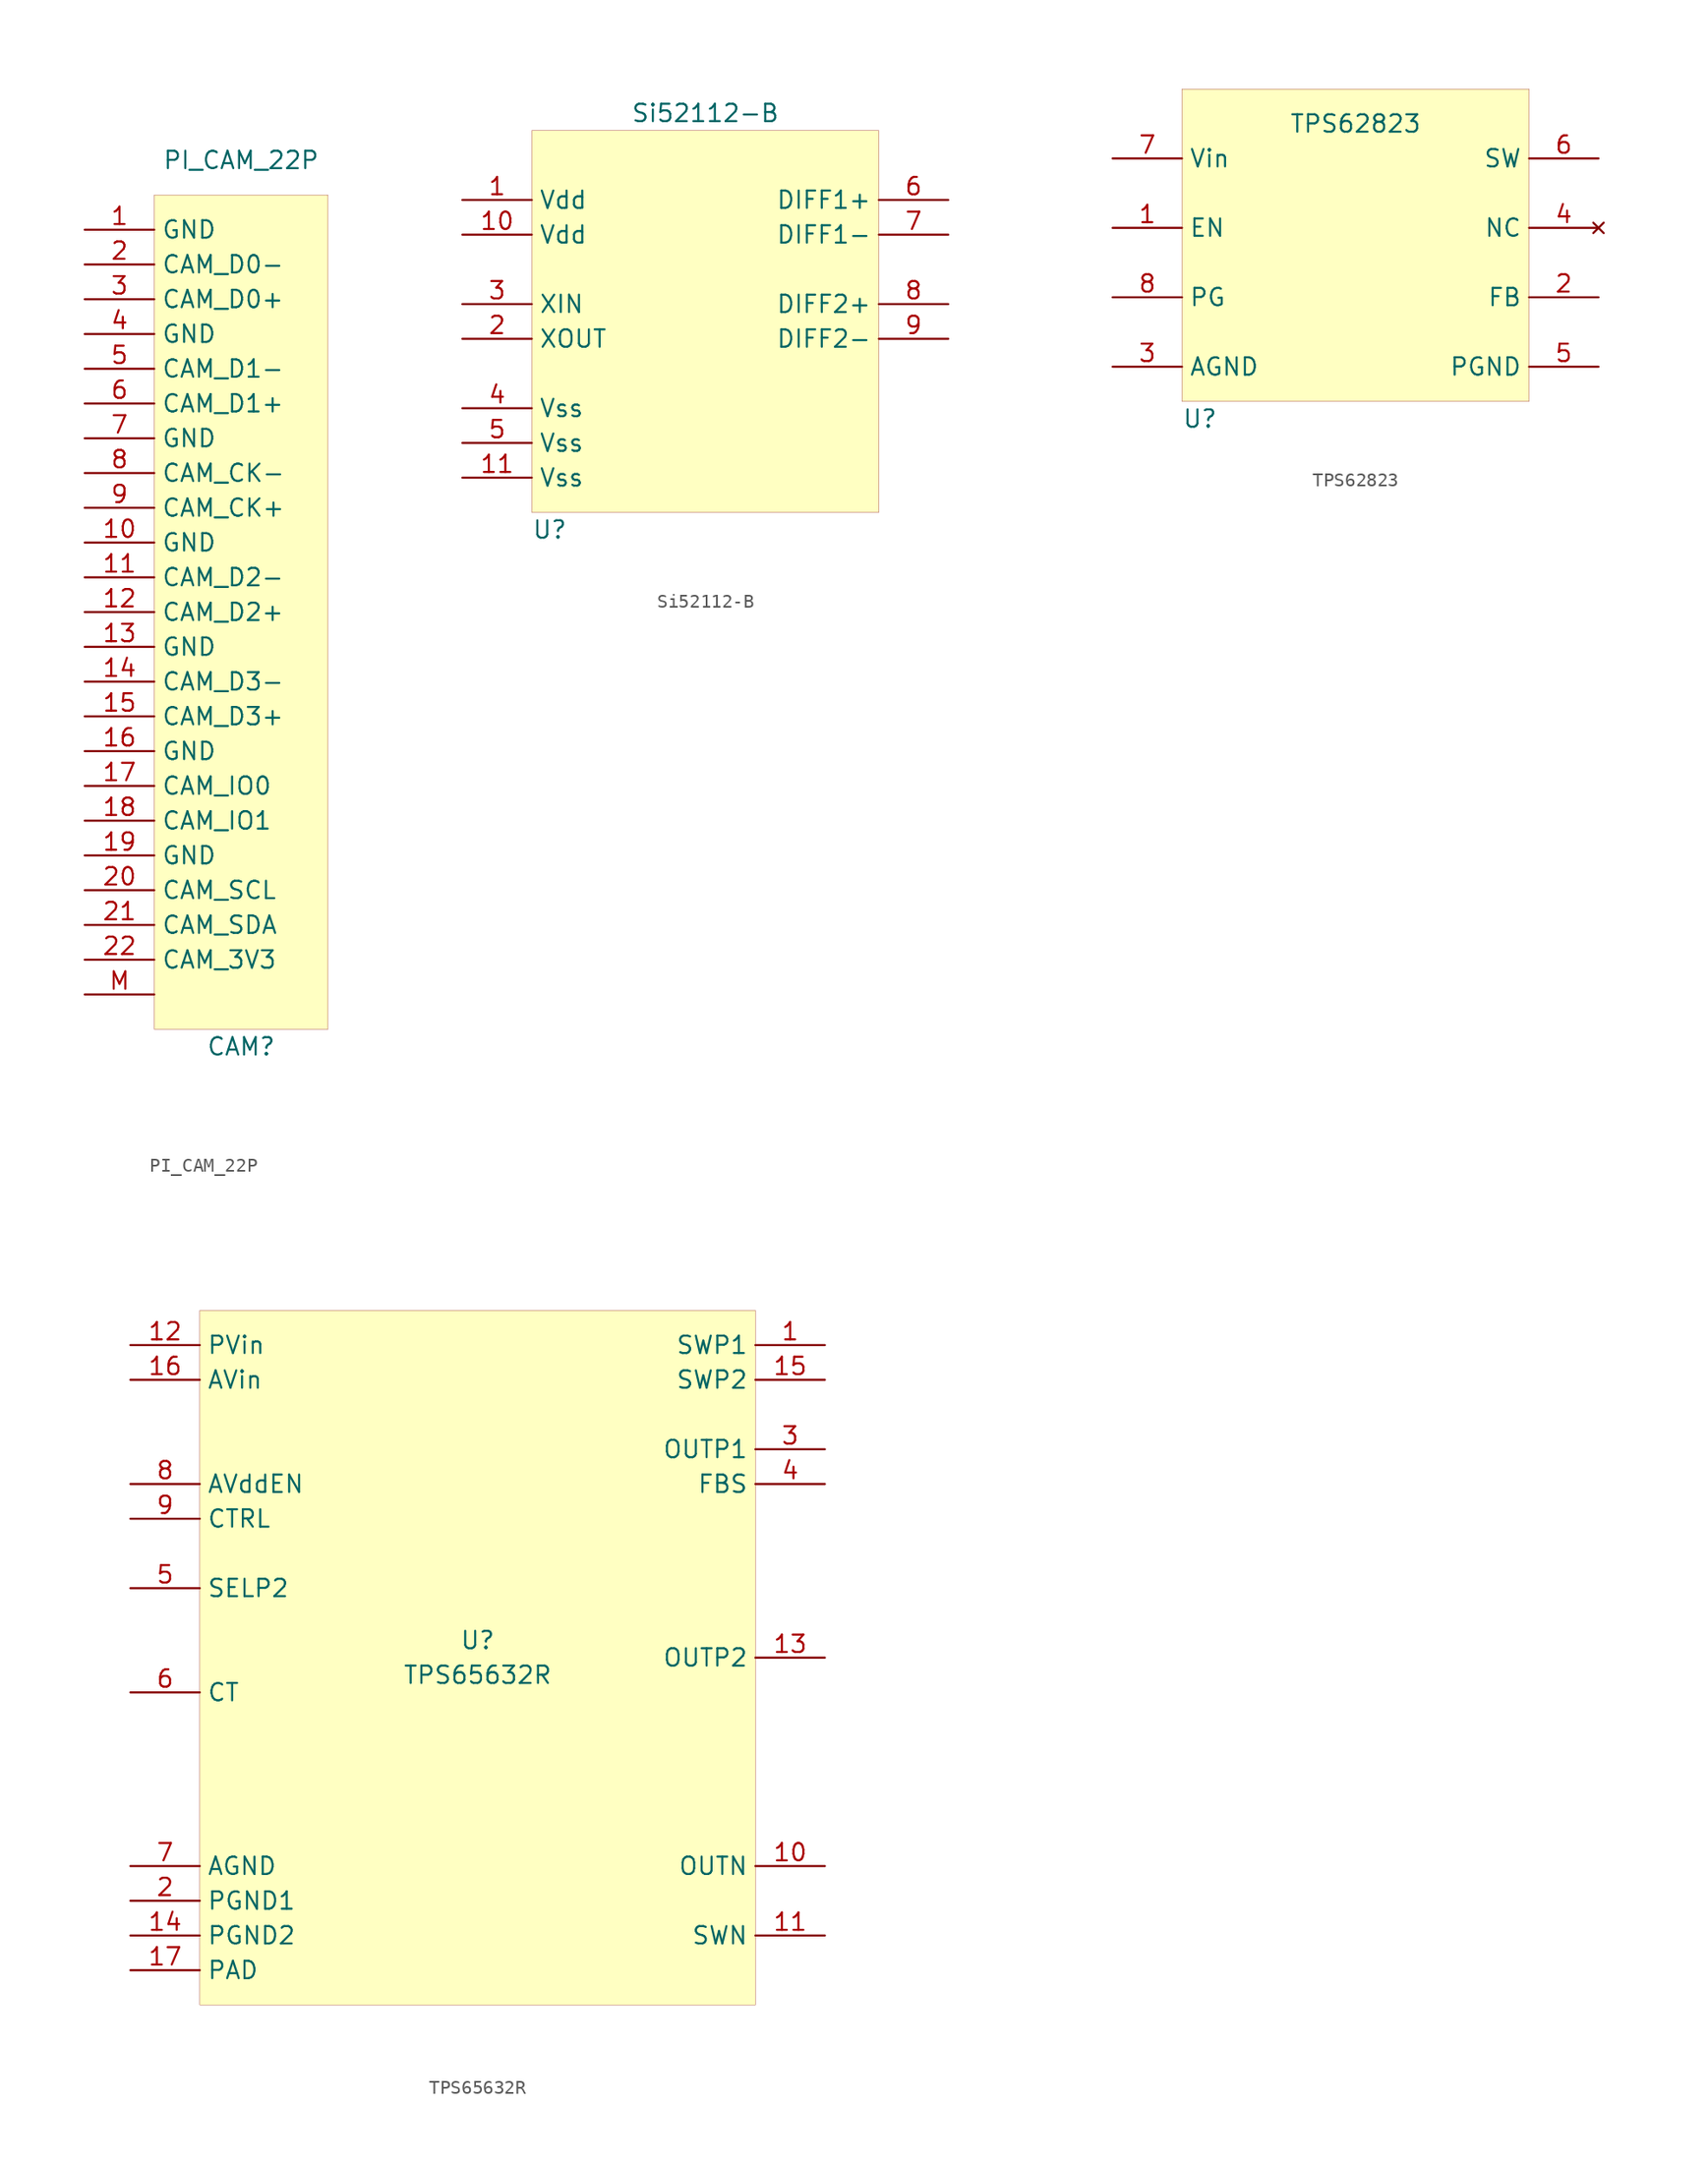
<source format=kicad_sym>
(kicad_symbol_lib
  (version 20201005)
  (generator kicad_symbol_editor)
  (symbol "meowality:PI_CAM_22P"
    (property "Reference" "CAM"
      (at 0 -1.27 0)
      (effects (font (size 1.27 1.27))))
    (property "Value" "PI_CAM_22P"
      (at 0 63.5 0)
      (effects (font (size 1.27 1.27))))
    (symbol "PI_CAM_22P_0_1"
      (rectangle (start -6.35 60.96) (end 6.35 0) (stroke (width 0.001)) (fill (type background))))
    (symbol "PI_CAM_22P_1_1"
      (pin passive line (at -11.43 58.42 0) (length 5.08) (name "GND" (effects (font (size 1.27 1.27)))) (number "1" (effects (font (size 1.27 1.27)))))
      (pin passive line (at -11.43 55.88 0) (length 5.08) (name "CAM_D0-" (effects (font (size 1.27 1.27)))) (number "2" (effects (font (size 1.27 1.27)))))
      (pin passive line (at -11.43 53.34 0) (length 5.08) (name "CAM_D0+" (effects (font (size 1.27 1.27)))) (number "3" (effects (font (size 1.27 1.27)))))
      (pin passive line (at -11.43 50.8 0) (length 5.08) (name "GND" (effects (font (size 1.27 1.27)))) (number "4" (effects (font (size 1.27 1.27)))))
      (pin passive line (at -11.43 48.26 0) (length 5.08) (name "CAM_D1-" (effects (font (size 1.27 1.27)))) (number "5" (effects (font (size 1.27 1.27)))))
      (pin passive line (at -11.43 45.72 0) (length 5.08) (name "CAM_D1+" (effects (font (size 1.27 1.27)))) (number "6" (effects (font (size 1.27 1.27)))))
      (pin passive line (at -11.43 43.18 0) (length 5.08) (name "GND" (effects (font (size 1.27 1.27)))) (number "7" (effects (font (size 1.27 1.27)))))
      (pin passive line (at -11.43 40.64 0) (length 5.08) (name "CAM_CK-" (effects (font (size 1.27 1.27)))) (number "8" (effects (font (size 1.27 1.27)))))
      (pin passive line (at -11.43 38.1 0) (length 5.08) (name "CAM_CK+" (effects (font (size 1.27 1.27)))) (number "9" (effects (font (size 1.27 1.27)))))
      (pin passive line (at -11.43 35.56 0) (length 5.08) (name "GND" (effects (font (size 1.27 1.27)))) (number "10" (effects (font (size 1.27 1.27)))))
      (pin passive line (at -11.43 33.02 0) (length 5.08) (name "CAM_D2-" (effects (font (size 1.27 1.27)))) (number "11" (effects (font (size 1.27 1.27)))))
      (pin passive line (at -11.43 30.48 0) (length 5.08) (name "CAM_D2+" (effects (font (size 1.27 1.27)))) (number "12" (effects (font (size 1.27 1.27)))))
      (pin passive line (at -11.43 27.94 0) (length 5.08) (name "GND" (effects (font (size 1.27 1.27)))) (number "13" (effects (font (size 1.27 1.27)))))
      (pin passive line (at -11.43 25.4 0) (length 5.08) (name "CAM_D3-" (effects (font (size 1.27 1.27)))) (number "14" (effects (font (size 1.27 1.27)))))
      (pin passive line (at -11.43 22.86 0) (length 5.08) (name "CAM_D3+" (effects (font (size 1.27 1.27)))) (number "15" (effects (font (size 1.27 1.27)))))
      (pin passive line (at -11.43 20.32 0) (length 5.08) (name "GND" (effects (font (size 1.27 1.27)))) (number "16" (effects (font (size 1.27 1.27)))))
      (pin passive line (at -11.43 17.78 0) (length 5.08) (name "CAM_IO0" (effects (font (size 1.27 1.27)))) (number "17" (effects (font (size 1.27 1.27)))))
      (pin passive line (at -11.43 15.24 0) (length 5.08) (name "CAM_IO1" (effects (font (size 1.27 1.27)))) (number "18" (effects (font (size 1.27 1.27)))))
      (pin passive line (at -11.43 12.7 0) (length 5.08) (name "GND" (effects (font (size 1.27 1.27)))) (number "19" (effects (font (size 1.27 1.27)))))
      (pin passive line (at -11.43 10.16 0) (length 5.08) (name "CAM_SCL" (effects (font (size 1.27 1.27)))) (number "20" (effects (font (size 1.27 1.27)))))
      (pin passive line (at -11.43 7.62 0) (length 5.08) (name "CAM_SDA" (effects (font (size 1.27 1.27)))) (number "21" (effects (font (size 1.27 1.27)))))
      (pin passive line (at -11.43 5.08 0) (length 5.08) (name "CAM_3V3" (effects (font (size 1.27 1.27)))) (number "22" (effects (font (size 1.27 1.27)))))
      (pin passive line (at -11.43 2.54 0) (length 5.08) (name "" (effects (font (size 1.27 1.27)))) (number "M" (effects (font (size 1.27 1.27)))))))
  (symbol "meowality:Si52112-B"
    (property "Reference" "U"
      (at -12.7 -1.27 0)
      (effects (font (size 1.27 1.27)) (justify left)))
    (property "Value" "Si52112-B"
      (at 0 29.21 0)
      (effects (font (size 1.27 1.27))))
    (symbol "Si52112-B_0_1"
      (rectangle (start -12.7 27.94) (end 12.7 0) (stroke (width 0.001)) (fill (type background))))
    (symbol "Si52112-B_1_1"
      (pin power_in line (at -17.78 22.86 0) (length 5.08) (name "Vdd" (effects (font (size 1.27 1.27)))) (number "1" (effects (font (size 1.27 1.27)))))
      (pin power_in line (at -17.78 20.32 0) (length 5.08) (name "Vdd" (effects (font (size 1.27 1.27)))) (number "10" (effects (font (size 1.27 1.27)))))
      (pin input line (at -17.78 15.24 0) (length 5.08) (name "XIN" (effects (font (size 1.27 1.27)))) (number "3" (effects (font (size 1.27 1.27)))))
      (pin output line (at -17.78 12.7 0) (length 5.08) (name "XOUT" (effects (font (size 1.27 1.27)))) (number "2" (effects (font (size 1.27 1.27)))))
      (pin power_in line (at -17.78 7.62 0) (length 5.08) (name "Vss" (effects (font (size 1.27 1.27)))) (number "4" (effects (font (size 1.27 1.27)))))
      (pin power_in line (at -17.78 5.08 0) (length 5.08) (name "Vss" (effects (font (size 1.27 1.27)))) (number "5" (effects (font (size 1.27 1.27)))))
      (pin output line (at 17.78 22.86 180) (length 5.08) (name "DIFF1+" (effects (font (size 1.27 1.27)))) (number "6" (effects (font (size 1.27 1.27)))))
      (pin output line (at 17.78 20.32 180) (length 5.08) (name "DIFF1-" (effects (font (size 1.27 1.27)))) (number "7" (effects (font (size 1.27 1.27)))))
      (pin output line (at 17.78 15.24 180) (length 5.08) (name "DIFF2+" (effects (font (size 1.27 1.27)))) (number "8" (effects (font (size 1.27 1.27)))))
      (pin output line (at 17.78 12.7 180) (length 5.08) (name "DIFF2-" (effects (font (size 1.27 1.27)))) (number "9" (effects (font (size 1.27 1.27)))))
      (pin power_in line (at -17.78 2.54 0) (length 5.08) (name "Vss" (effects (font (size 1.27 1.27)))) (number "11" (effects (font (size 1.27 1.27)))))))
  (symbol "meowality:TPS62823"
    (property "Reference" "U"
      (at -12.7 -11.43 0)
      (effects (font (size 1.27 1.27)) (justify left)))
    (property "Value" "TPS62823"
      (at 0 10.16 0)
      (effects (font (size 1.27 1.27))))
    (symbol "TPS62823_0_1"
      (rectangle (start -12.7 12.7) (end 12.7 -10.16) (stroke (width 0.001)) (fill (type background))))
    (symbol "TPS62823_1_1"
      (pin power_in line (at -17.78 7.62 0) (length 5.08) (name "Vin" (effects (font (size 1.27 1.27)))) (number "7" (effects (font (size 1.27 1.27)))))
      (pin input line (at -17.78 2.54 0) (length 5.08) (name "EN" (effects (font (size 1.27 1.27)))) (number "1" (effects (font (size 1.27 1.27)))))
      (pin open_collector line (at -17.78 -2.54 0) (length 5.08) (name "PG" (effects (font (size 1.27 1.27)))) (number "8" (effects (font (size 1.27 1.27)))))
      (pin power_in line (at -17.78 -7.62 0) (length 5.08) (name "AGND" (effects (font (size 1.27 1.27)))) (number "3" (effects (font (size 1.27 1.27)))))
      (pin output line (at 17.78 7.62 180) (length 5.08) (name "SW" (effects (font (size 1.27 1.27)))) (number "6" (effects (font (size 1.27 1.27)))))
      (pin no_connect line (at 17.78 2.54 180) (length 5.08) (name "NC" (effects (font (size 1.27 1.27)))) (number "4" (effects (font (size 1.27 1.27)))))
      (pin input line (at 17.78 -2.54 180) (length 5.08) (name "FB" (effects (font (size 1.27 1.27)))) (number "2" (effects (font (size 1.27 1.27)))))
      (pin power_in line (at 17.78 -7.62 180) (length 5.08) (name "PGND" (effects (font (size 1.27 1.27)))) (number "5" (effects (font (size 1.27 1.27)))))))
  (symbol "meowality:TPS65632R"
    (property "Reference" "U"
      (at 0 1.27 0)
      (effects (font (size 1.27 1.27))))
    (property "Value" "TPS65632R"
      (at 0 -1.27 0)
      (effects (font (size 1.27 1.27))))
    (symbol "TPS65632R_0_1"
      (rectangle (start -20.32 25.4) (end 20.32 -25.4) (stroke (width 0.001)) (fill (type background))))
    (symbol "TPS65632R_1_1"
      (pin power_in line (at -25.4 22.86 0) (length 5.08) (name "PVin" (effects (font (size 1.27 1.27)))) (number "12" (effects (font (size 1.27 1.27)))))
      (pin power_in line (at -25.4 20.32 0) (length 5.08) (name "AVin" (effects (font (size 1.27 1.27)))) (number "16" (effects (font (size 1.27 1.27)))))
      (pin input line (at -25.4 12.7 0) (length 5.08) (name "AVddEN" (effects (font (size 1.27 1.27)))) (number "8" (effects (font (size 1.27 1.27)))))
      (pin input line (at -25.4 10.16 0) (length 5.08) (name "CTRL" (effects (font (size 1.27 1.27)))) (number "9" (effects (font (size 1.27 1.27)))))
      (pin input line (at -25.4 5.08 0) (length 5.08) (name "SELP2" (effects (font (size 1.27 1.27)))) (number "5" (effects (font (size 1.27 1.27)))))
      (pin input line (at -25.4 -2.54 0) (length 5.08) (name "CT" (effects (font (size 1.27 1.27)))) (number "6" (effects (font (size 1.27 1.27)))))
      (pin power_in line (at -25.4 -15.24 0) (length 5.08) (name "AGND" (effects (font (size 1.27 1.27)))) (number "7" (effects (font (size 1.27 1.27)))))
      (pin power_in line (at -25.4 -17.78 0) (length 5.08) (name "PGND1" (effects (font (size 1.27 1.27)))) (number "2" (effects (font (size 1.27 1.27)))))
      (pin power_in line (at -25.4 -20.32 0) (length 5.08) (name "PGND2" (effects (font (size 1.27 1.27)))) (number "14" (effects (font (size 1.27 1.27)))))
      (pin power_in line (at -25.4 -22.86 0) (length 5.08) (name "PAD" (effects (font (size 1.27 1.27)))) (number "17" (effects (font (size 1.27 1.27)))))
      (pin output line (at 25.4 22.86 180) (length 5.08) (name "SWP1" (effects (font (size 1.27 1.27)))) (number "1" (effects (font (size 1.27 1.27)))))
      (pin output line (at 25.4 20.32 180) (length 5.08) (name "SWP2" (effects (font (size 1.27 1.27)))) (number "15" (effects (font (size 1.27 1.27)))))
      (pin power_in line (at 25.4 15.24 180) (length 5.08) (name "OUTP1" (effects (font (size 1.27 1.27)))) (number "3" (effects (font (size 1.27 1.27)))))
      (pin input line (at 25.4 12.7 180) (length 5.08) (name "FBS" (effects (font (size 1.27 1.27)))) (number "4" (effects (font (size 1.27 1.27)))))
      (pin power_out line (at 25.4 0 180) (length 5.08) (name "OUTP2" (effects (font (size 1.27 1.27)))) (number "13" (effects (font (size 1.27 1.27)))))
      (pin power_out line (at 25.4 -15.24 180) (length 5.08) (name "OUTN" (effects (font (size 1.27 1.27)))) (number "10" (effects (font (size 1.27 1.27)))))
      (pin output line (at 25.4 -20.32 180) (length 5.08) (name "SWN" (effects (font (size 1.27 1.27)))) (number "11" (effects (font (size 1.27 1.27))))))))
</source>
